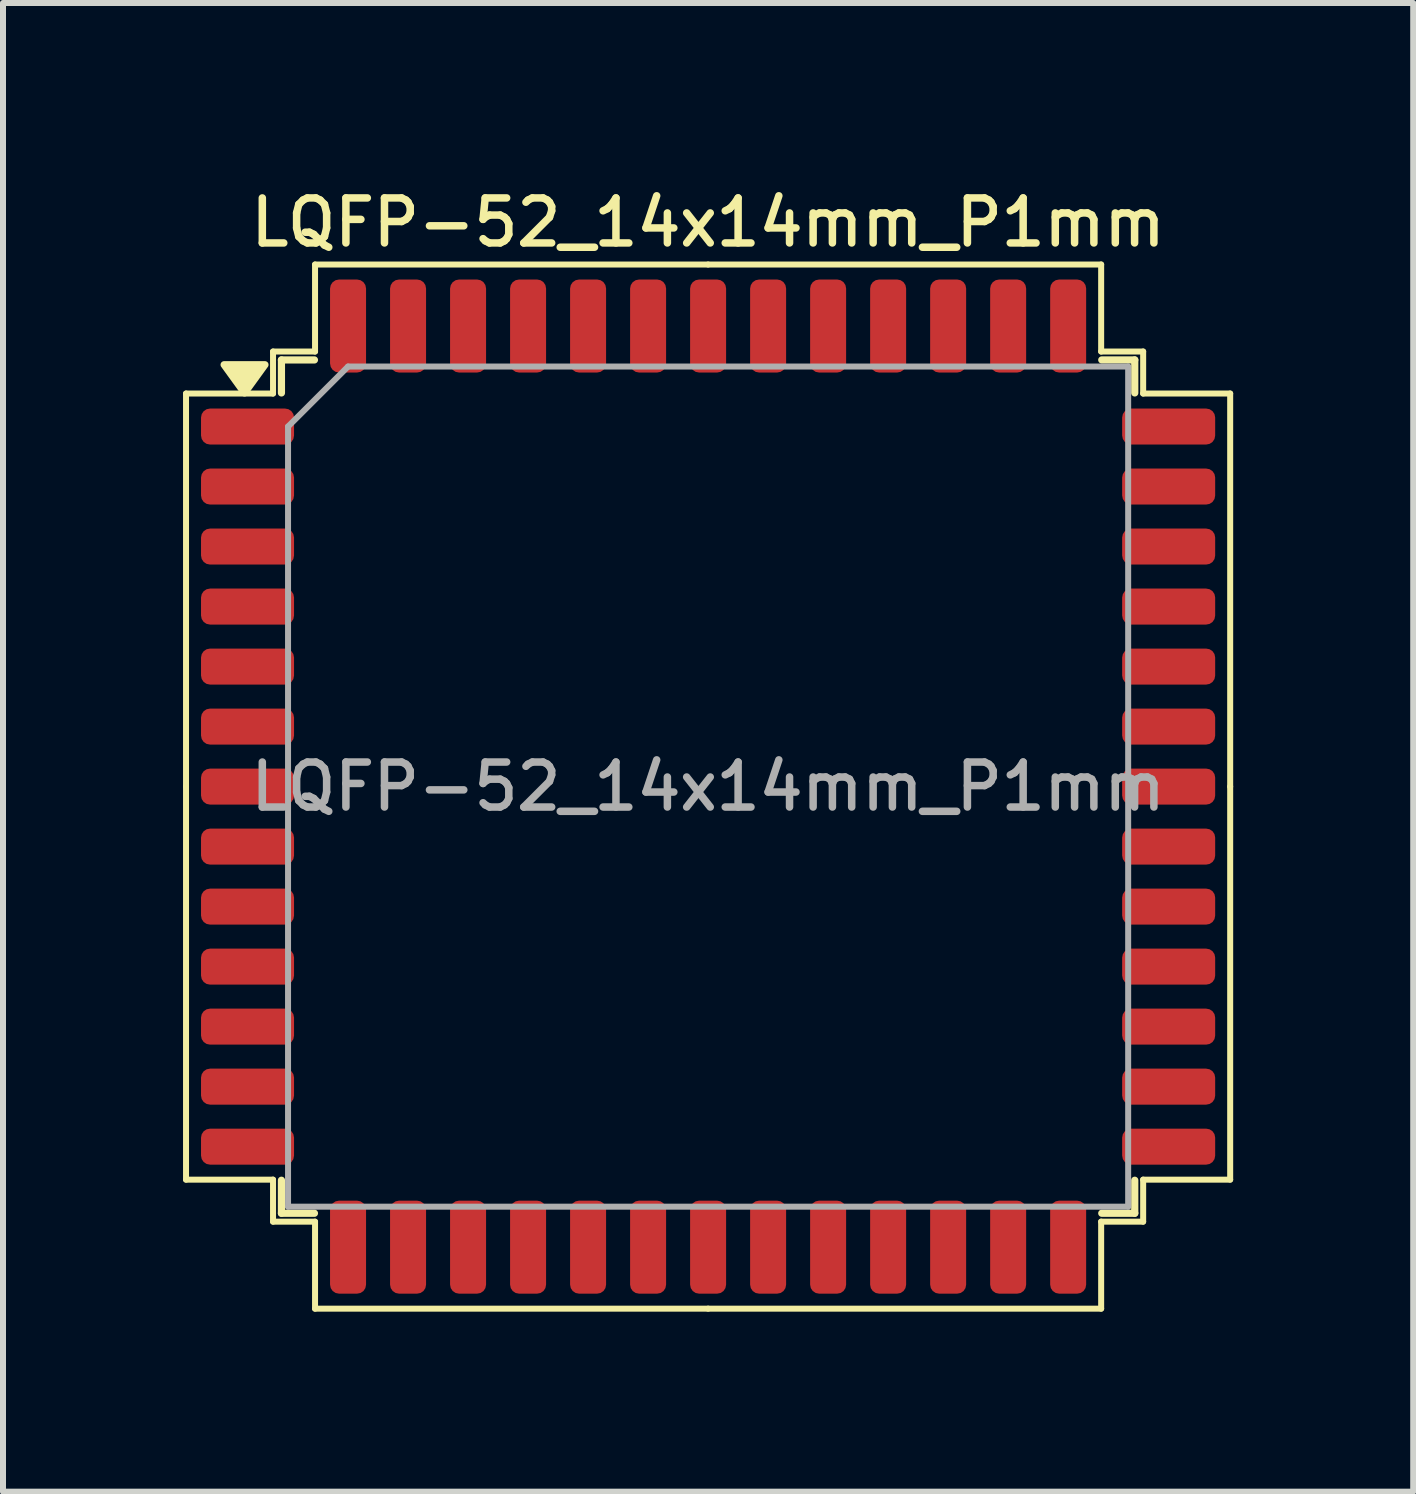
<source format=kicad_pcb>
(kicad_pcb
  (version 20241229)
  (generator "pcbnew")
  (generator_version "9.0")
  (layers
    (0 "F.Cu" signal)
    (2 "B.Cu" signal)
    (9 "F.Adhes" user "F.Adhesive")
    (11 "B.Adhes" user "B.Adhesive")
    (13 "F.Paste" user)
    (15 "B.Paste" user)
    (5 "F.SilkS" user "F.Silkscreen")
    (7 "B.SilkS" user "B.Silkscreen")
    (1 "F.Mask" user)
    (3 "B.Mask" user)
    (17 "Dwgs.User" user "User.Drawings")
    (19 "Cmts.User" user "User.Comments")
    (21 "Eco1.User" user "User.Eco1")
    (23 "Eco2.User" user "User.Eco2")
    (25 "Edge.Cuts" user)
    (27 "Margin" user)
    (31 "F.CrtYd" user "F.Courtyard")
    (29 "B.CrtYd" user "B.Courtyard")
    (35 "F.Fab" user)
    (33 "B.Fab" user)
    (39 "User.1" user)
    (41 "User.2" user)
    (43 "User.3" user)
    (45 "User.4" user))
  (footprint "LQFP-52_14x14mm_P1mm"
    (layer "F.Cu")
    (at 8.75 10.058)
    (property "Reference" "LQFP-52_14x14mm_P1mm" (at 0 -9.4 0) (layer "F.SilkS") (effects (font (size 0.75 0.75) (thickness 0.125))))
    (attr smd)
    (fp_line (start -8.7 -6.55) (end -8.7 0) (stroke (width 0.1) (type solid)) (layer "F.SilkS"))
    (fp_line (start -8.7 6.55) (end -8.7 0) (stroke (width 0.1) (type solid)) (layer "F.SilkS"))
    (fp_line (start -7.25 -7.25) (end -7.25 -6.55) (stroke (width 0.1) (type solid)) (layer "F.SilkS"))
    (fp_line (start -7.25 -6.55) (end -8.7 -6.55) (stroke (width 0.1) (type solid)) (layer "F.SilkS"))
    (fp_line (start -7.25 6.55) (end -8.7 6.55) (stroke (width 0.1) (type solid)) (layer "F.SilkS"))
    (fp_line (start -7.25 7.25) (end -7.25 6.55) (stroke (width 0.1) (type solid)) (layer "F.SilkS"))
    (fp_line (start -7.11 -7.11) (end -7.11 -6.56) (stroke (width 0.12) (type solid)) (layer "F.SilkS"))
    (fp_line (start -7.11 7.11) (end -7.11 6.56) (stroke (width 0.12) (type solid)) (layer "F.SilkS"))
    (fp_line (start -6.56 -7.11) (end -7.11 -7.11) (stroke (width 0.12) (type solid)) (layer "F.SilkS"))
    (fp_line (start -6.56 7.11) (end -7.11 7.11) (stroke (width 0.12) (type solid)) (layer "F.SilkS"))
    (fp_line (start -6.55 -8.7) (end -6.55 -7.25) (stroke (width 0.1) (type solid)) (layer "F.SilkS"))
    (fp_line (start -6.55 -7.25) (end -7.25 -7.25) (stroke (width 0.1) (type solid)) (layer "F.SilkS"))
    (fp_line (start -6.55 7.25) (end -7.25 7.25) (stroke (width 0.1) (type solid)) (layer "F.SilkS"))
    (fp_line (start -6.55 8.7) (end -6.55 7.25) (stroke (width 0.1) (type solid)) (layer "F.SilkS"))
    (fp_line (start 0 -8.7) (end -6.55 -8.7) (stroke (width 0.1) (type solid)) (layer "F.SilkS"))
    (fp_line (start 0 -8.7) (end 6.55 -8.7) (stroke (width 0.1) (type solid)) (layer "F.SilkS"))
    (fp_line (start 0 8.7) (end -6.55 8.7) (stroke (width 0.1) (type solid)) (layer "F.SilkS"))
    (fp_line (start 0 8.7) (end 6.55 8.7) (stroke (width 0.1) (type solid)) (layer "F.SilkS"))
    (fp_line (start 6.55 -8.7) (end 6.55 -7.25) (stroke (width 0.1) (type solid)) (layer "F.SilkS"))
    (fp_line (start 6.55 -7.25) (end 7.25 -7.25) (stroke (width 0.1) (type solid)) (layer "F.SilkS"))
    (fp_line (start 6.55 7.25) (end 7.25 7.25) (stroke (width 0.1) (type solid)) (layer "F.SilkS"))
    (fp_line (start 6.55 8.7) (end 6.55 7.25) (stroke (width 0.1) (type solid)) (layer "F.SilkS"))
    (fp_line (start 6.56 -7.11) (end 7.11 -7.11) (stroke (width 0.12) (type solid)) (layer "F.SilkS"))
    (fp_line (start 6.56 7.11) (end 7.11 7.11) (stroke (width 0.12) (type solid)) (layer "F.SilkS"))
    (fp_line (start 7.11 -7.11) (end 7.11 -6.56) (stroke (width 0.12) (type solid)) (layer "F.SilkS"))
    (fp_line (start 7.11 7.11) (end 7.11 6.56) (stroke (width 0.12) (type solid)) (layer "F.SilkS"))
    (fp_line (start 7.25 -7.25) (end 7.25 -6.55) (stroke (width 0.1) (type solid)) (layer "F.SilkS"))
    (fp_line (start 7.25 -6.55) (end 8.7 -6.55) (stroke (width 0.1) (type solid)) (layer "F.SilkS"))
    (fp_line (start 7.25 6.55) (end 8.7 6.55) (stroke (width 0.1) (type solid)) (layer "F.SilkS"))
    (fp_line (start 7.25 7.25) (end 7.25 6.55) (stroke (width 0.1) (type solid)) (layer "F.SilkS"))
    (fp_line (start 8.7 -6.55) (end 8.7 0) (stroke (width 0.1) (type solid)) (layer "F.SilkS"))
    (fp_line (start 8.7 6.55) (end 8.7 0) (stroke (width 0.1) (type solid)) (layer "F.SilkS"))
    (fp_poly (pts (xy -7.725 -6.56) (xy -8.065 -7.03) (xy -7.385 -7.03) (xy -7.725 -6.56)) (stroke (width 0.12) (type solid)) (fill yes) (layer "F.SilkS"))
    (fp_line (start -7 -6) (end -6 -7) (stroke (width 0.1) (type solid)) (layer "F.Fab"))
    (fp_line (start -7 7) (end -7 -6) (stroke (width 0.1) (type solid)) (layer "F.Fab"))
    (fp_line (start -6 -7) (end 7 -7) (stroke (width 0.1) (type solid)) (layer "F.Fab"))
    (fp_line (start 7 -7) (end 7 7) (stroke (width 0.1) (type solid)) (layer "F.Fab"))
    (fp_line (start 7 7) (end -7 7) (stroke (width 0.1) (type solid)) (layer "F.Fab"))
    (fp_text user "${REFERENCE}" (at 0 0 0) (layer "F.Fab") (effects (font (size 0.75 0.75) (thickness 0.125))))
    (pad "1" smd roundrect (at -7.675 -6) (size 1.55 0.6) (layers "F.Cu" "F.Mask" "F.Paste") (roundrect_rratio 0.25))
    (pad "2" smd roundrect (at -7.675 -5) (size 1.55 0.6) (layers "F.Cu" "F.Mask" "F.Paste") (roundrect_rratio 0.25))
    (pad "3" smd roundrect (at -7.675 -4) (size 1.55 0.6) (layers "F.Cu" "F.Mask" "F.Paste") (roundrect_rratio 0.25))
    (pad "4" smd roundrect (at -7.675 -3) (size 1.55 0.6) (layers "F.Cu" "F.Mask" "F.Paste") (roundrect_rratio 0.25))
    (pad "5" smd roundrect (at -7.675 -2) (size 1.55 0.6) (layers "F.Cu" "F.Mask" "F.Paste") (roundrect_rratio 0.25))
    (pad "6" smd roundrect (at -7.675 -1) (size 1.55 0.6) (layers "F.Cu" "F.Mask" "F.Paste") (roundrect_rratio 0.25))
    (pad "7" smd roundrect (at -7.675 0) (size 1.55 0.6) (layers "F.Cu" "F.Mask" "F.Paste") (roundrect_rratio 0.25))
    (pad "8" smd roundrect (at -7.675 1) (size 1.55 0.6) (layers "F.Cu" "F.Mask" "F.Paste") (roundrect_rratio 0.25))
    (pad "9" smd roundrect (at -7.675 2) (size 1.55 0.6) (layers "F.Cu" "F.Mask" "F.Paste") (roundrect_rratio 0.25))
    (pad "10" smd roundrect (at -7.675 3) (size 1.55 0.6) (layers "F.Cu" "F.Mask" "F.Paste") (roundrect_rratio 0.25))
    (pad "11" smd roundrect (at -7.675 4) (size 1.55 0.6) (layers "F.Cu" "F.Mask" "F.Paste") (roundrect_rratio 0.25))
    (pad "12" smd roundrect (at -7.675 5) (size 1.55 0.6) (layers "F.Cu" "F.Mask" "F.Paste") (roundrect_rratio 0.25))
    (pad "13" smd roundrect (at -7.675 6) (size 1.55 0.6) (layers "F.Cu" "F.Mask" "F.Paste") (roundrect_rratio 0.25))
    (pad "14" smd roundrect (at -6 7.675) (size 0.6 1.55) (layers "F.Cu" "F.Mask" "F.Paste") (roundrect_rratio 0.25))
    (pad "15" smd roundrect (at -5 7.675) (size 0.6 1.55) (layers "F.Cu" "F.Mask" "F.Paste") (roundrect_rratio 0.25))
    (pad "16" smd roundrect (at -4 7.675) (size 0.6 1.55) (layers "F.Cu" "F.Mask" "F.Paste") (roundrect_rratio 0.25))
    (pad "17" smd roundrect (at -3 7.675) (size 0.6 1.55) (layers "F.Cu" "F.Mask" "F.Paste") (roundrect_rratio 0.25))
    (pad "18" smd roundrect (at -2 7.675) (size 0.6 1.55) (layers "F.Cu" "F.Mask" "F.Paste") (roundrect_rratio 0.25))
    (pad "19" smd roundrect (at -1 7.675) (size 0.6 1.55) (layers "F.Cu" "F.Mask" "F.Paste") (roundrect_rratio 0.25))
    (pad "20" smd roundrect (at 0 7.675) (size 0.6 1.55) (layers "F.Cu" "F.Mask" "F.Paste") (roundrect_rratio 0.25))
    (pad "21" smd roundrect (at 1 7.675) (size 0.6 1.55) (layers "F.Cu" "F.Mask" "F.Paste") (roundrect_rratio 0.25))
    (pad "22" smd roundrect (at 2 7.675) (size 0.6 1.55) (layers "F.Cu" "F.Mask" "F.Paste") (roundrect_rratio 0.25))
    (pad "23" smd roundrect (at 3 7.675) (size 0.6 1.55) (layers "F.Cu" "F.Mask" "F.Paste") (roundrect_rratio 0.25))
    (pad "24" smd roundrect (at 4 7.675) (size 0.6 1.55) (layers "F.Cu" "F.Mask" "F.Paste") (roundrect_rratio 0.25))
    (pad "25" smd roundrect (at 5 7.675) (size 0.6 1.55) (layers "F.Cu" "F.Mask" "F.Paste") (roundrect_rratio 0.25))
    (pad "26" smd roundrect (at 6 7.675) (size 0.6 1.55) (layers "F.Cu" "F.Mask" "F.Paste") (roundrect_rratio 0.25))
    (pad "27" smd roundrect (at 7.675 6) (size 1.55 0.6) (layers "F.Cu" "F.Mask" "F.Paste") (roundrect_rratio 0.25))
    (pad "28" smd roundrect (at 7.675 5) (size 1.55 0.6) (layers "F.Cu" "F.Mask" "F.Paste") (roundrect_rratio 0.25))
    (pad "29" smd roundrect (at 7.675 4) (size 1.55 0.6) (layers "F.Cu" "F.Mask" "F.Paste") (roundrect_rratio 0.25))
    (pad "30" smd roundrect (at 7.675 3) (size 1.55 0.6) (layers "F.Cu" "F.Mask" "F.Paste") (roundrect_rratio 0.25))
    (pad "31" smd roundrect (at 7.675 2) (size 1.55 0.6) (layers "F.Cu" "F.Mask" "F.Paste") (roundrect_rratio 0.25))
    (pad "32" smd roundrect (at 7.675 1) (size 1.55 0.6) (layers "F.Cu" "F.Mask" "F.Paste") (roundrect_rratio 0.25))
    (pad "33" smd roundrect (at 7.675 0) (size 1.55 0.6) (layers "F.Cu" "F.Mask" "F.Paste") (roundrect_rratio 0.25))
    (pad "34" smd roundrect (at 7.675 -1) (size 1.55 0.6) (layers "F.Cu" "F.Mask" "F.Paste") (roundrect_rratio 0.25))
    (pad "35" smd roundrect (at 7.675 -2) (size 1.55 0.6) (layers "F.Cu" "F.Mask" "F.Paste") (roundrect_rratio 0.25))
    (pad "36" smd roundrect (at 7.675 -3) (size 1.55 0.6) (layers "F.Cu" "F.Mask" "F.Paste") (roundrect_rratio 0.25))
    (pad "37" smd roundrect (at 7.675 -4) (size 1.55 0.6) (layers "F.Cu" "F.Mask" "F.Paste") (roundrect_rratio 0.25))
    (pad "38" smd roundrect (at 7.675 -5) (size 1.55 0.6) (layers "F.Cu" "F.Mask" "F.Paste") (roundrect_rratio 0.25))
    (pad "39" smd roundrect (at 7.675 -6) (size 1.55 0.6) (layers "F.Cu" "F.Mask" "F.Paste") (roundrect_rratio 0.25))
    (pad "40" smd roundrect (at 6 -7.675) (size 0.6 1.55) (layers "F.Cu" "F.Mask" "F.Paste") (roundrect_rratio 0.25))
    (pad "41" smd roundrect (at 5 -7.675) (size 0.6 1.55) (layers "F.Cu" "F.Mask" "F.Paste") (roundrect_rratio 0.25))
    (pad "42" smd roundrect (at 4 -7.675) (size 0.6 1.55) (layers "F.Cu" "F.Mask" "F.Paste") (roundrect_rratio 0.25))
    (pad "43" smd roundrect (at 3 -7.675) (size 0.6 1.55) (layers "F.Cu" "F.Mask" "F.Paste") (roundrect_rratio 0.25))
    (pad "44" smd roundrect (at 2 -7.675) (size 0.6 1.55) (layers "F.Cu" "F.Mask" "F.Paste") (roundrect_rratio 0.25))
    (pad "45" smd roundrect (at 1 -7.675) (size 0.6 1.55) (layers "F.Cu" "F.Mask" "F.Paste") (roundrect_rratio 0.25))
    (pad "46" smd roundrect (at 0 -7.675) (size 0.6 1.55) (layers "F.Cu" "F.Mask" "F.Paste") (roundrect_rratio 0.25))
    (pad "47" smd roundrect (at -1 -7.675) (size 0.6 1.55) (layers "F.Cu" "F.Mask" "F.Paste") (roundrect_rratio 0.25))
    (pad "48" smd roundrect (at -2 -7.675) (size 0.6 1.55) (layers "F.Cu" "F.Mask" "F.Paste") (roundrect_rratio 0.25))
    (pad "49" smd roundrect (at -3 -7.675) (size 0.6 1.55) (layers "F.Cu" "F.Mask" "F.Paste") (roundrect_rratio 0.25))
    (pad "50" smd roundrect (at -4 -7.675) (size 0.6 1.55) (layers "F.Cu" "F.Mask" "F.Paste") (roundrect_rratio 0.25))
    (pad "51" smd roundrect (at -5 -7.675) (size 0.6 1.55) (layers "F.Cu" "F.Mask" "F.Paste") (roundrect_rratio 0.25))
    (pad "52" smd roundrect (at -6 -7.675) (size 0.6 1.55) (layers "F.Cu" "F.Mask" "F.Paste") (roundrect_rratio 0.25)))
  (gr_rect
    (start -3 -3)
    (end 20.5 21.808)
    (stroke (width 0.1) (type default))
    (fill no)
    (layer "Edge.Cuts")))
</source>
